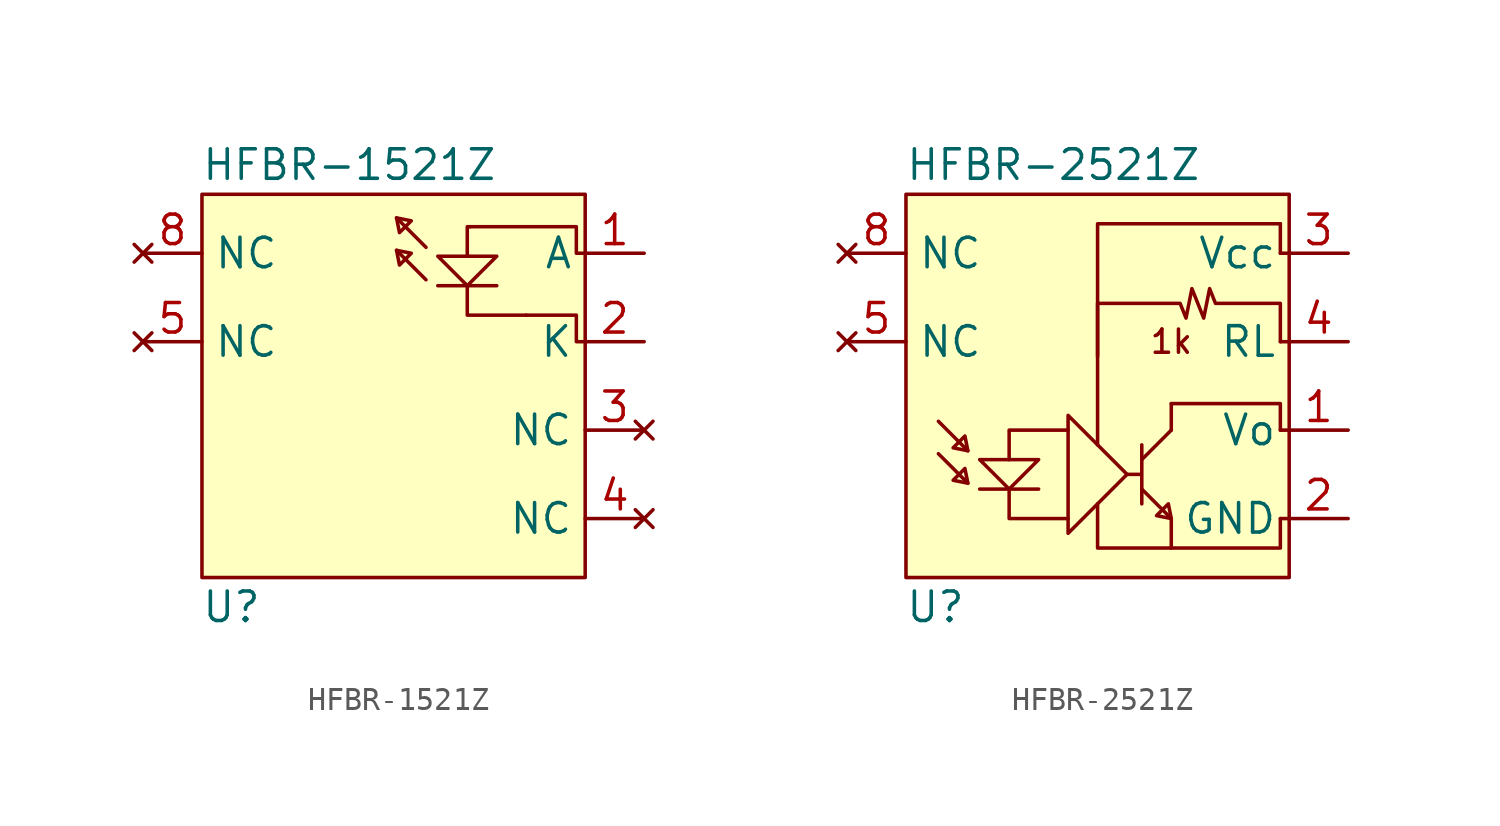
<source format=kicad_sym>
(kicad_symbol_lib
  (version 20211014)
  (generator kicad_symbol_editor)
  (symbol "HFBR-1521Z"
    (property "Reference" "U"
      (at -10.16 -10.16 0)
      (effects (font (size 1.27 1.27))))
    (property "Value" "HFBR-1521Z"
      (at -5.08 8.89 0)
      (effects (font (size 1.27 1.27))))
    (symbol "HFBR-1521Z_0_0"
      (rectangle (start -11.43 7.62) (end 5.08 -8.89) (stroke (width 0) (type default) (color 0 0 0 0)) (fill (type background))))
    (symbol "HFBR-1521Z_0_1"
      (polyline (pts (xy -3.048 5.207) (xy -1.778 3.937)) (stroke (width 0) (type default) (color 0 0 0 0)) (fill (type none)))
      (polyline (pts (xy -3.048 6.604) (xy -1.778 5.334)) (stroke (width 0) (type default) (color 0 0 0 0)) (fill (type none)))
      (polyline (pts (xy -1.27 3.683) (xy 1.27 3.683)) (stroke (width 0) (type default) (color 0 0 0 0)) (fill (type none)))
      (polyline (pts (xy 0 3.683) (xy 0 2.413) (xy 2.54 2.413)) (stroke (width 0) (type default) (color 0 0 0 0)) (fill (type none)))
      (polyline (pts (xy 0.127 6.223) (xy 0 6.223) (xy 0 4.953)) (stroke (width 0) (type default) (color 0 0 0 0)) (fill (type none)))
      (polyline (pts (xy -3.048 5.207) (xy -2.921 4.572) (xy -2.413 5.08) (xy -3.048 5.207)) (stroke (width 0) (type default) (color 0 0 0 0)) (fill (type none)))
      (polyline (pts (xy -3.048 6.604) (xy -2.921 5.969) (xy -2.413 6.477) (xy -3.048 6.604)) (stroke (width 0) (type default) (color 0 0 0 0)) (fill (type none)))
      (polyline (pts (xy -1.27 4.953) (xy 1.27 4.953) (xy 0 3.683) (xy -1.27 4.953)) (stroke (width 0) (type default) (color 0 0 0 0)) (fill (type none)))
      (polyline (pts (xy 0.127 6.223) (xy 2.54 6.223) (xy 4.699 6.223) (xy 4.699 5.08) (xy 5.08 5.08)) (stroke (width 0) (type default) (color 0 0 0 0)) (fill (type none)))
      (polyline (pts (xy 2.54 2.413) (xy 2.54 2.413) (xy 4.699 2.413) (xy 4.699 1.27) (xy 5.08 1.27)) (stroke (width 0) (type default) (color 0 0 0 0)) (fill (type none))))
    (symbol "HFBR-1521Z_1_1"
      (pin passive line (at 7.62 5.08 180) (length 2.54) (name "A" (effects (font (size 1.27 1.27)))) (number "1" (effects (font (size 1.27 1.27)))))
      (pin passive line (at 7.62 1.27 180) (length 2.54) (name "K" (effects (font (size 1.27 1.27)))) (number "2" (effects (font (size 1.27 1.27)))))
      (pin no_connect line (at 7.62 -2.54 180) (length 2.54) (name "NC" (effects (font (size 1.27 1.27)))) (number "3" (effects (font (size 1.27 1.27)))))
      (pin no_connect line (at 7.62 -6.35 180) (length 2.54) (name "NC" (effects (font (size 1.27 1.27)))) (number "4" (effects (font (size 1.27 1.27)))))
      (pin no_connect line (at -13.97 1.27 0) (length 2.54) (name "NC" (effects (font (size 1.27 1.27)))) (number "5" (effects (font (size 1.27 1.27)))))
      (pin no_connect line (at -13.97 5.08 0) (length 2.54) (name "NC" (effects (font (size 1.27 1.27)))) (number "8" (effects (font (size 1.27 1.27)))))))
  (symbol "HFBR-2521Z"
    (property "Reference" "U"
      (at -10.16 -10.16 0)
      (effects (font (size 1.27 1.27))))
    (property "Value" "HFBR-2521Z"
      (at -5.08 8.89 0)
      (effects (font (size 1.27 1.27))))
    (symbol "HFBR-2521Z_0_0"
      (rectangle (start -11.43 7.62) (end 5.08 -8.89) (stroke (width 0) (type default) (color 0 0 0 0)) (fill (type background)))
      (polyline (pts (xy 0 -2.54) (xy 0 -1.397)) (stroke (width 0) (type default) (color 0 0 0 0)) (fill (type none)))
      (polyline (pts (xy 4.699 -6.35) (xy 5.08 -6.35)) (stroke (width 0) (type default) (color 0 0 0 0)) (fill (type none)))
      (polyline (pts (xy 4.699 -2.54) (xy 5.08 -2.54)) (stroke (width 0) (type default) (color 0 0 0 0)) (fill (type none)))
      (polyline (pts (xy 4.699 1.27) (xy 5.08 1.27)) (stroke (width 0) (type default) (color 0 0 0 0)) (fill (type none)))
      (polyline (pts (xy 4.699 5.08) (xy 4.699 6.35)) (stroke (width 0) (type default) (color 0 0 0 0)) (fill (type none)))
      (polyline (pts (xy 4.699 5.08) (xy 5.08 5.08)) (stroke (width 0) (type default) (color 0 0 0 0)) (fill (type none)))
      (text "1k" (at 0 1.27 0) (effects (font (size 1 1)))))
    (symbol "HFBR-2521Z_0_1"
      (polyline (pts (xy -10.033 -3.556) (xy -8.763 -4.826)) (stroke (width 0) (type default) (color 0 0 0 0)) (fill (type none)))
      (polyline (pts (xy -10.033 -2.159) (xy -8.763 -3.429)) (stroke (width 0) (type default) (color 0 0 0 0)) (fill (type none)))
      (polyline (pts (xy -8.255 -5.08) (xy -5.715 -5.08)) (stroke (width 0) (type default) (color 0 0 0 0)) (fill (type none)))
      (polyline (pts (xy -1.27 -5.08) (xy 0 -6.35)) (stroke (width 0) (type default) (color 0 0 0 0)) (fill (type none)))
      (polyline (pts (xy -1.27 -3.81) (xy 0 -2.54)) (stroke (width 0) (type default) (color 0 0 0 0)) (fill (type none)))
      (polyline (pts (xy -6.985 -5.08) (xy -6.985 -6.35) (xy -4.445 -6.35)) (stroke (width 0) (type default) (color 0 0 0 0)) (fill (type none)))
      (polyline (pts (xy -6.985 -3.81) (xy -6.985 -2.54) (xy -4.445 -2.54)) (stroke (width 0) (type default) (color 0 0 0 0)) (fill (type none)))
      (polyline (pts (xy 4.699 -6.35) (xy 4.699 -7.62) (xy 0 -7.62)) (stroke (width 0) (type default) (color 0 0 0 0)) (fill (type none)))
      (polyline (pts (xy 4.699 -2.54) (xy 4.699 -1.397) (xy 0 -1.397)) (stroke (width 0) (type default) (color 0 0 0 0)) (fill (type none)))
      (polyline (pts (xy -8.763 -4.826) (xy -8.89 -4.191) (xy -9.398 -4.699) (xy -8.763 -4.826)) (stroke (width 0) (type default) (color 0 0 0 0)) (fill (type none)))
      (polyline (pts (xy -8.763 -3.429) (xy -8.89 -2.794) (xy -9.398 -3.302) (xy -8.763 -3.429)) (stroke (width 0) (type default) (color 0 0 0 0)) (fill (type none)))
      (polyline (pts (xy -8.255 -3.81) (xy -5.715 -3.81) (xy -6.985 -5.08) (xy -8.255 -3.81)) (stroke (width 0) (type default) (color 0 0 0 0)) (fill (type none)))
      (polyline (pts (xy -4.445 -1.905) (xy -4.445 -6.985) (xy -1.905 -4.445) (xy -4.445 -1.905)) (stroke (width 0) (type default) (color 0 0 0 0)) (fill (type none)))
      (polyline (pts (xy -3.175 -5.715) (xy -3.175 -7.62) (xy 0 -7.62) (xy 0 -6.35)) (stroke (width 0) (type default) (color 0 0 0 0)) (fill (type none)))
      (polyline (pts (xy -3.175 0.635) (xy -3.175 6.35) (xy 4.699 6.35) (xy 4.699 6.35)) (stroke (width 0) (type default) (color 0 0 0 0)) (fill (type none)))
      (polyline (pts (xy -1.905 -4.445) (xy -1.27 -4.445) (xy -1.27 -3.175) (xy -1.27 -5.715)) (stroke (width 0) (type default) (color 0 0 0 0)) (fill (type none)))
      (polyline (pts (xy 0 -6.35) (xy -0.127 -5.715) (xy -0.635 -6.223) (xy 0 -6.35)) (stroke (width 0) (type default) (color 0 0 0 0)) (fill (type none)))
      (polyline (pts (xy 4.699 1.27) (xy 4.699 2.921) (xy 1.905 2.921) (xy 1.651 3.556) (xy 1.397 2.286) (xy 0.889 3.556) (xy 0.635 2.286) (xy 0.381 2.921) (xy -3.175 2.921) (xy -3.175 2.921) (xy -3.175 -3.175)) (stroke (width 0) (type default) (color 0 0 0 0)) (fill (type none))))
    (symbol "HFBR-2521Z_1_1"
      (pin output line (at 7.62 -2.54 180) (length 2.54) (name "Vo" (effects (font (size 1.27 1.27)))) (number "1" (effects (font (size 1.27 1.27)))))
      (pin power_in line (at 7.62 -6.35 180) (length 2.54) (name "GND" (effects (font (size 1.27 1.27)))) (number "2" (effects (font (size 1.27 1.27)))))
      (pin power_in line (at 7.62 5.08 180) (length 2.54) (name "Vcc" (effects (font (size 1.27 1.27)))) (number "3" (effects (font (size 1.27 1.27)))))
      (pin input line (at 7.62 1.27 180) (length 2.54) (name "RL" (effects (font (size 1.27 1.27)))) (number "4" (effects (font (size 1.27 1.27)))))
      (pin no_connect line (at -13.97 1.27 0) (length 2.54) (name "NC" (effects (font (size 1.27 1.27)))) (number "5" (effects (font (size 1.27 1.27)))))
      (pin no_connect line (at -13.97 5.08 0) (length 2.54) (name "NC" (effects (font (size 1.27 1.27)))) (number "8" (effects (font (size 1.27 1.27))))))))
</source>
